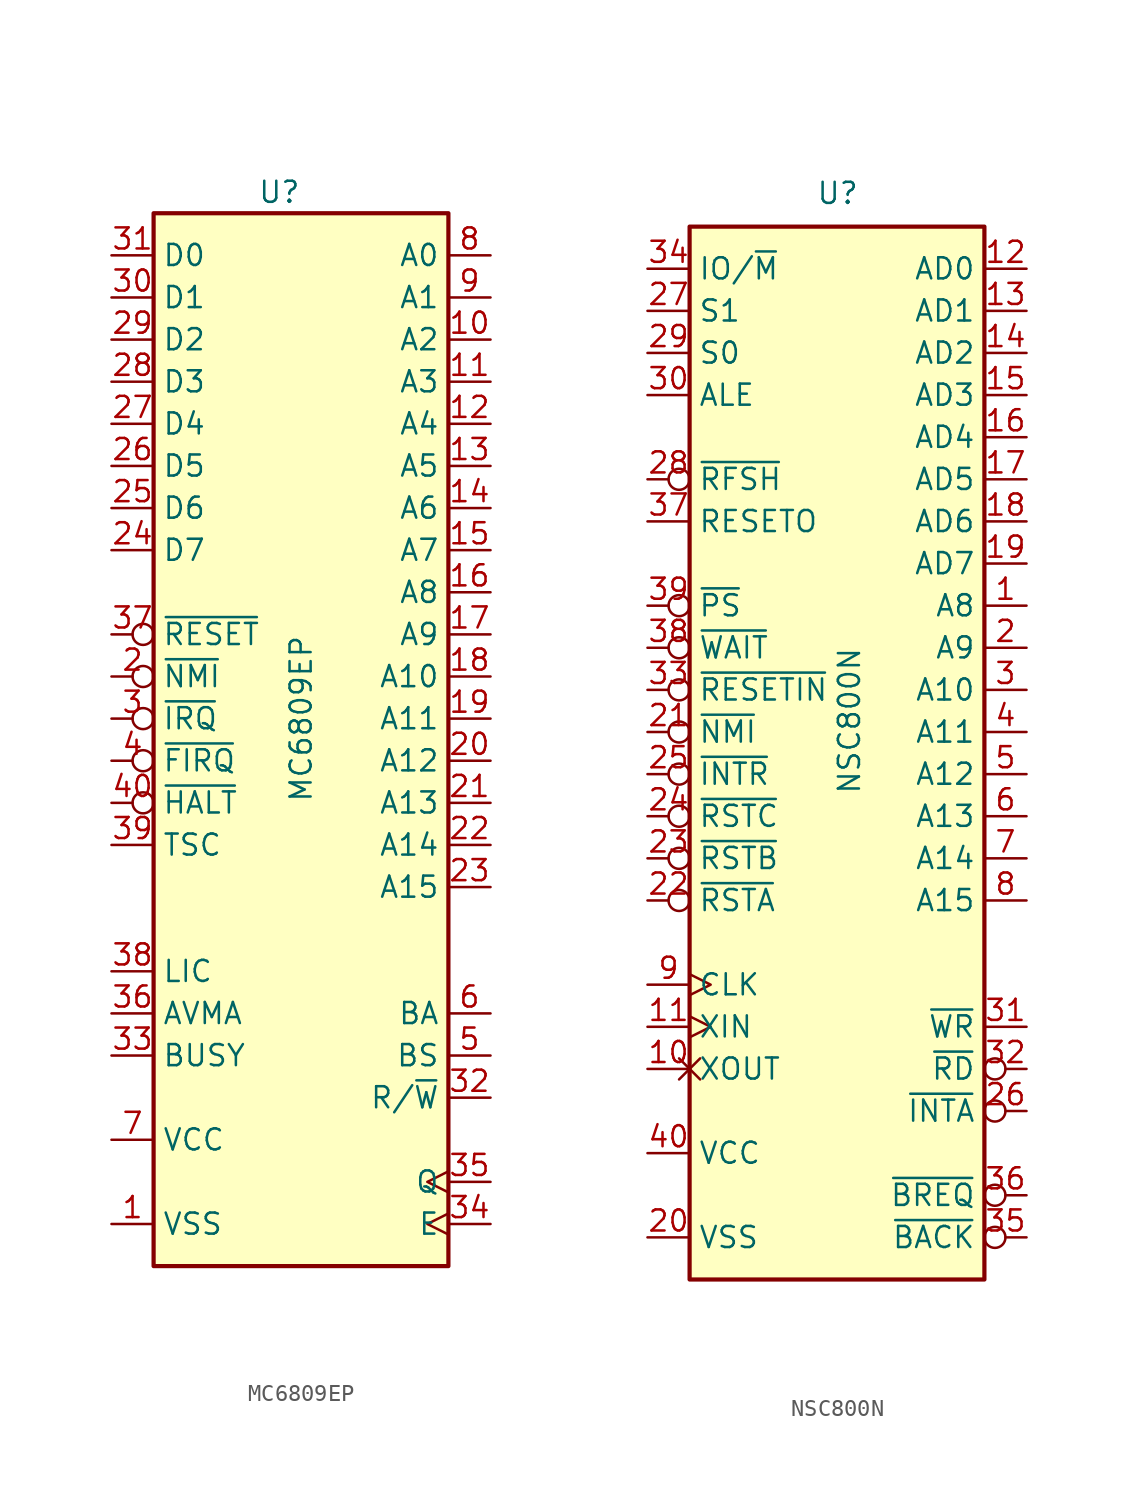
<source format=kicad_sym>
(kicad_symbol_lib
  (version 20211014)
  (generator kicad_symbol_editor)
  (symbol "MC6809EP"
    (property "Reference" "U"
      (at 0 31.75 0)
      (effects (font (size 1.27 1.27)) (justify right)))
    (property "Value" "MC6809EP"
      (at 0 5.08 90)
      (effects (font (size 1.27 1.27)) (justify right)))
    (symbol "MC6809EP_0_1"
      (rectangle (start -8.89 -33.02) (end 8.89 30.48) (stroke (width 0.254) (type default) (color 0 0 0 0)) (fill (type background))))
    (symbol "MC6809EP_1_1"
      (pin power_in line (at -11.43 -30.48 0) (length 2.54) (name "VSS" (effects (font (size 1.27 1.27)))) (number "1" (effects (font (size 1.27 1.27)))))
      (pin output line (at 11.43 22.86 180) (length 2.54) (name "A2" (effects (font (size 1.27 1.27)))) (number "10" (effects (font (size 1.27 1.27)))))
      (pin output line (at 11.43 20.32 180) (length 2.54) (name "A3" (effects (font (size 1.27 1.27)))) (number "11" (effects (font (size 1.27 1.27)))))
      (pin output line (at 11.43 17.78 180) (length 2.54) (name "A4" (effects (font (size 1.27 1.27)))) (number "12" (effects (font (size 1.27 1.27)))))
      (pin output line (at 11.43 15.24 180) (length 2.54) (name "A5" (effects (font (size 1.27 1.27)))) (number "13" (effects (font (size 1.27 1.27)))))
      (pin output line (at 11.43 12.7 180) (length 2.54) (name "A6" (effects (font (size 1.27 1.27)))) (number "14" (effects (font (size 1.27 1.27)))))
      (pin output line (at 11.43 10.16 180) (length 2.54) (name "A7" (effects (font (size 1.27 1.27)))) (number "15" (effects (font (size 1.27 1.27)))))
      (pin output line (at 11.43 7.62 180) (length 2.54) (name "A8" (effects (font (size 1.27 1.27)))) (number "16" (effects (font (size 1.27 1.27)))))
      (pin output line (at 11.43 5.08 180) (length 2.54) (name "A9" (effects (font (size 1.27 1.27)))) (number "17" (effects (font (size 1.27 1.27)))))
      (pin output line (at 11.43 2.54 180) (length 2.54) (name "A10" (effects (font (size 1.27 1.27)))) (number "18" (effects (font (size 1.27 1.27)))))
      (pin output line (at 11.43 0 180) (length 2.54) (name "A11" (effects (font (size 1.27 1.27)))) (number "19" (effects (font (size 1.27 1.27)))))
      (pin input inverted (at -11.43 2.54 0) (length 2.54) (name "~{NMI}" (effects (font (size 1.27 1.27)))) (number "2" (effects (font (size 1.27 1.27)))))
      (pin output line (at 11.43 -2.54 180) (length 2.54) (name "A12" (effects (font (size 1.27 1.27)))) (number "20" (effects (font (size 1.27 1.27)))))
      (pin output line (at 11.43 -5.08 180) (length 2.54) (name "A13" (effects (font (size 1.27 1.27)))) (number "21" (effects (font (size 1.27 1.27)))))
      (pin output line (at 11.43 -7.62 180) (length 2.54) (name "A14" (effects (font (size 1.27 1.27)))) (number "22" (effects (font (size 1.27 1.27)))))
      (pin output line (at 11.43 -10.16 180) (length 2.54) (name "A15" (effects (font (size 1.27 1.27)))) (number "23" (effects (font (size 1.27 1.27)))))
      (pin bidirectional line (at -11.43 10.16 0) (length 2.54) (name "D7" (effects (font (size 1.27 1.27)))) (number "24" (effects (font (size 1.27 1.27)))))
      (pin bidirectional line (at -11.43 12.7 0) (length 2.54) (name "D6" (effects (font (size 1.27 1.27)))) (number "25" (effects (font (size 1.27 1.27)))))
      (pin bidirectional line (at -11.43 15.24 0) (length 2.54) (name "D5" (effects (font (size 1.27 1.27)))) (number "26" (effects (font (size 1.27 1.27)))))
      (pin bidirectional line (at -11.43 17.78 0) (length 2.54) (name "D4" (effects (font (size 1.27 1.27)))) (number "27" (effects (font (size 1.27 1.27)))))
      (pin bidirectional line (at -11.43 20.32 0) (length 2.54) (name "D3" (effects (font (size 1.27 1.27)))) (number "28" (effects (font (size 1.27 1.27)))))
      (pin bidirectional line (at -11.43 22.86 0) (length 2.54) (name "D2" (effects (font (size 1.27 1.27)))) (number "29" (effects (font (size 1.27 1.27)))))
      (pin input inverted (at -11.43 0 0) (length 2.54) (name "~{IRQ}" (effects (font (size 1.27 1.27)))) (number "3" (effects (font (size 1.27 1.27)))))
      (pin bidirectional line (at -11.43 25.4 0) (length 2.54) (name "D1" (effects (font (size 1.27 1.27)))) (number "30" (effects (font (size 1.27 1.27)))))
      (pin bidirectional line (at -11.43 27.94 0) (length 2.54) (name "D0" (effects (font (size 1.27 1.27)))) (number "31" (effects (font (size 1.27 1.27)))))
      (pin output line (at 11.43 -22.86 180) (length 2.54) (name "R/~{W}" (effects (font (size 1.27 1.27)))) (number "32" (effects (font (size 1.27 1.27)))))
      (pin output line (at -11.43 -20.32 0) (length 2.54) (name "BUSY" (effects (font (size 1.27 1.27)))) (number "33" (effects (font (size 1.27 1.27)))))
      (pin input clock (at 11.43 -30.48 180) (length 2.54) (name "E" (effects (font (size 1.27 1.27)))) (number "34" (effects (font (size 1.27 1.27)))))
      (pin input clock (at 11.43 -27.94 180) (length 2.54) (name "Q" (effects (font (size 1.27 1.27)))) (number "35" (effects (font (size 1.27 1.27)))))
      (pin output line (at -11.43 -17.78 0) (length 2.54) (name "AVMA" (effects (font (size 1.27 1.27)))) (number "36" (effects (font (size 1.27 1.27)))))
      (pin input inverted (at -11.43 5.08 0) (length 2.54) (name "~{RESET}" (effects (font (size 1.27 1.27)))) (number "37" (effects (font (size 1.27 1.27)))))
      (pin output line (at -11.43 -15.24 0) (length 2.54) (name "LIC" (effects (font (size 1.27 1.27)))) (number "38" (effects (font (size 1.27 1.27)))))
      (pin input line (at -11.43 -7.62 0) (length 2.54) (name "TSC" (effects (font (size 1.27 1.27)))) (number "39" (effects (font (size 1.27 1.27)))))
      (pin input inverted (at -11.43 -2.54 0) (length 2.54) (name "~{FIRQ}" (effects (font (size 1.27 1.27)))) (number "4" (effects (font (size 1.27 1.27)))))
      (pin input inverted (at -11.43 -5.08 0) (length 2.54) (name "~{HALT}" (effects (font (size 1.27 1.27)))) (number "40" (effects (font (size 1.27 1.27)))))
      (pin output line (at 11.43 -20.32 180) (length 2.54) (name "BS" (effects (font (size 1.27 1.27)))) (number "5" (effects (font (size 1.27 1.27)))))
      (pin output line (at 11.43 -17.78 180) (length 2.54) (name "BA" (effects (font (size 1.27 1.27)))) (number "6" (effects (font (size 1.27 1.27)))))
      (pin power_in line (at -11.43 -25.4 0) (length 2.54) (name "VCC" (effects (font (size 1.27 1.27)))) (number "7" (effects (font (size 1.27 1.27)))))
      (pin output line (at 11.43 27.94 180) (length 2.54) (name "A0" (effects (font (size 1.27 1.27)))) (number "8" (effects (font (size 1.27 1.27)))))
      (pin output line (at 11.43 25.4 180) (length 2.54) (name "A1" (effects (font (size 1.27 1.27)))) (number "9" (effects (font (size 1.27 1.27)))))))
  (symbol "NSC800N"
    (property "Reference" "U"
      (at -1.27 31.75 0)
      (effects (font (size 1.27 1.27)) (justify left bottom)))
    (property "Value" "NSC800N"
      (at 0 -3.81 90)
      (effects (font (size 1.27 1.27)) (justify left top)))
    (symbol "NSC800N_0_1"
      (rectangle (start -8.89 -33.02) (end 8.89 30.48) (stroke (width 0.254) (type default) (color 0 0 0 0)) (fill (type background))))
    (symbol "NSC800N_1_1"
      (pin output line (at 11.43 7.62 180) (length 2.54) (name "A8" (effects (font (size 1.27 1.27)))) (number "1" (effects (font (size 1.27 1.27)))))
      (pin input non_logic (at -11.43 -20.32 0) (length 2.54) (name "XOUT" (effects (font (size 1.27 1.27)))) (number "10" (effects (font (size 1.27 1.27)))))
      (pin input clock (at -11.43 -17.78 0) (length 2.54) (name "XIN" (effects (font (size 1.27 1.27)))) (number "11" (effects (font (size 1.27 1.27)))))
      (pin bidirectional line (at 11.43 27.94 180) (length 2.54) (name "AD0" (effects (font (size 1.27 1.27)))) (number "12" (effects (font (size 1.27 1.27)))))
      (pin bidirectional line (at 11.43 25.4 180) (length 2.54) (name "AD1" (effects (font (size 1.27 1.27)))) (number "13" (effects (font (size 1.27 1.27)))))
      (pin bidirectional line (at 11.43 22.86 180) (length 2.54) (name "AD2" (effects (font (size 1.27 1.27)))) (number "14" (effects (font (size 1.27 1.27)))))
      (pin bidirectional line (at 11.43 20.32 180) (length 2.54) (name "AD3" (effects (font (size 1.27 1.27)))) (number "15" (effects (font (size 1.27 1.27)))))
      (pin bidirectional line (at 11.43 17.78 180) (length 2.54) (name "AD4" (effects (font (size 1.27 1.27)))) (number "16" (effects (font (size 1.27 1.27)))))
      (pin bidirectional line (at 11.43 15.24 180) (length 2.54) (name "AD5" (effects (font (size 1.27 1.27)))) (number "17" (effects (font (size 1.27 1.27)))))
      (pin bidirectional line (at 11.43 12.7 180) (length 2.54) (name "AD6" (effects (font (size 1.27 1.27)))) (number "18" (effects (font (size 1.27 1.27)))))
      (pin bidirectional line (at 11.43 10.16 180) (length 2.54) (name "AD7" (effects (font (size 1.27 1.27)))) (number "19" (effects (font (size 1.27 1.27)))))
      (pin output line (at 11.43 5.08 180) (length 2.54) (name "A9" (effects (font (size 1.27 1.27)))) (number "2" (effects (font (size 1.27 1.27)))))
      (pin power_in line (at -11.43 -30.48 0) (length 2.54) (name "VSS" (effects (font (size 1.27 1.27)))) (number "20" (effects (font (size 1.27 1.27)))))
      (pin input inverted (at -11.43 0 0) (length 2.54) (name "~{NMI}" (effects (font (size 1.27 1.27)))) (number "21" (effects (font (size 1.27 1.27)))))
      (pin input inverted (at -11.43 -10.16 0) (length 2.54) (name "~{RSTA}" (effects (font (size 1.27 1.27)))) (number "22" (effects (font (size 1.27 1.27)))))
      (pin input inverted (at -11.43 -7.62 0) (length 2.54) (name "~{RSTB}" (effects (font (size 1.27 1.27)))) (number "23" (effects (font (size 1.27 1.27)))))
      (pin input inverted (at -11.43 -5.08 0) (length 2.54) (name "~{RSTC}" (effects (font (size 1.27 1.27)))) (number "24" (effects (font (size 1.27 1.27)))))
      (pin input inverted (at -11.43 -2.54 0) (length 2.54) (name "~{INTR}" (effects (font (size 1.27 1.27)))) (number "25" (effects (font (size 1.27 1.27)))))
      (pin output inverted (at 11.43 -22.86 180) (length 2.54) (name "~{INTA}" (effects (font (size 1.27 1.27)))) (number "26" (effects (font (size 1.27 1.27)))))
      (pin output line (at -11.43 25.4 0) (length 2.54) (name "S1" (effects (font (size 1.27 1.27)))) (number "27" (effects (font (size 1.27 1.27)))))
      (pin output inverted (at -11.43 15.24 0) (length 2.54) (name "~{RFSH}" (effects (font (size 1.27 1.27)))) (number "28" (effects (font (size 1.27 1.27)))))
      (pin output line (at -11.43 22.86 0) (length 2.54) (name "S0" (effects (font (size 1.27 1.27)))) (number "29" (effects (font (size 1.27 1.27)))))
      (pin output line (at 11.43 2.54 180) (length 2.54) (name "A10" (effects (font (size 1.27 1.27)))) (number "3" (effects (font (size 1.27 1.27)))))
      (pin output line (at -11.43 20.32 0) (length 2.54) (name "ALE" (effects (font (size 1.27 1.27)))) (number "30" (effects (font (size 1.27 1.27)))))
      (pin output line (at 11.43 -17.78 180) (length 2.54) (name "~{WR}" (effects (font (size 1.27 1.27)))) (number "31" (effects (font (size 1.27 1.27)))))
      (pin output inverted (at 11.43 -20.32 180) (length 2.54) (name "~{RD}" (effects (font (size 1.27 1.27)))) (number "32" (effects (font (size 1.27 1.27)))))
      (pin input inverted (at -11.43 2.54 0) (length 2.54) (name "~{RESETIN}" (effects (font (size 1.27 1.27)))) (number "33" (effects (font (size 1.27 1.27)))))
      (pin output line (at -11.43 27.94 0) (length 2.54) (name "IO/~{M}" (effects (font (size 1.27 1.27)))) (number "34" (effects (font (size 1.27 1.27)))))
      (pin output inverted (at 11.43 -30.48 180) (length 2.54) (name "~{BACK}" (effects (font (size 1.27 1.27)))) (number "35" (effects (font (size 1.27 1.27)))))
      (pin input inverted (at 11.43 -27.94 180) (length 2.54) (name "~{BREQ}" (effects (font (size 1.27 1.27)))) (number "36" (effects (font (size 1.27 1.27)))))
      (pin output line (at -11.43 12.7 0) (length 2.54) (name "RESETO" (effects (font (size 1.27 1.27)))) (number "37" (effects (font (size 1.27 1.27)))))
      (pin input inverted (at -11.43 5.08 0) (length 2.54) (name "~{WAIT}" (effects (font (size 1.27 1.27)))) (number "38" (effects (font (size 1.27 1.27)))))
      (pin input inverted (at -11.43 7.62 0) (length 2.54) (name "~{PS}" (effects (font (size 1.27 1.27)))) (number "39" (effects (font (size 1.27 1.27)))))
      (pin output line (at 11.43 0 180) (length 2.54) (name "A11" (effects (font (size 1.27 1.27)))) (number "4" (effects (font (size 1.27 1.27)))))
      (pin power_in line (at -11.43 -25.4 0) (length 2.54) (name "VCC" (effects (font (size 1.27 1.27)))) (number "40" (effects (font (size 1.27 1.27)))))
      (pin output line (at 11.43 -2.54 180) (length 2.54) (name "A12" (effects (font (size 1.27 1.27)))) (number "5" (effects (font (size 1.27 1.27)))))
      (pin output line (at 11.43 -5.08 180) (length 2.54) (name "A13" (effects (font (size 1.27 1.27)))) (number "6" (effects (font (size 1.27 1.27)))))
      (pin output line (at 11.43 -7.62 180) (length 2.54) (name "A14" (effects (font (size 1.27 1.27)))) (number "7" (effects (font (size 1.27 1.27)))))
      (pin output line (at 11.43 -10.16 180) (length 2.54) (name "A15" (effects (font (size 1.27 1.27)))) (number "8" (effects (font (size 1.27 1.27)))))
      (pin output clock (at -11.43 -15.24 0) (length 2.54) (name "CLK" (effects (font (size 1.27 1.27)))) (number "9" (effects (font (size 1.27 1.27))))))))
</source>
